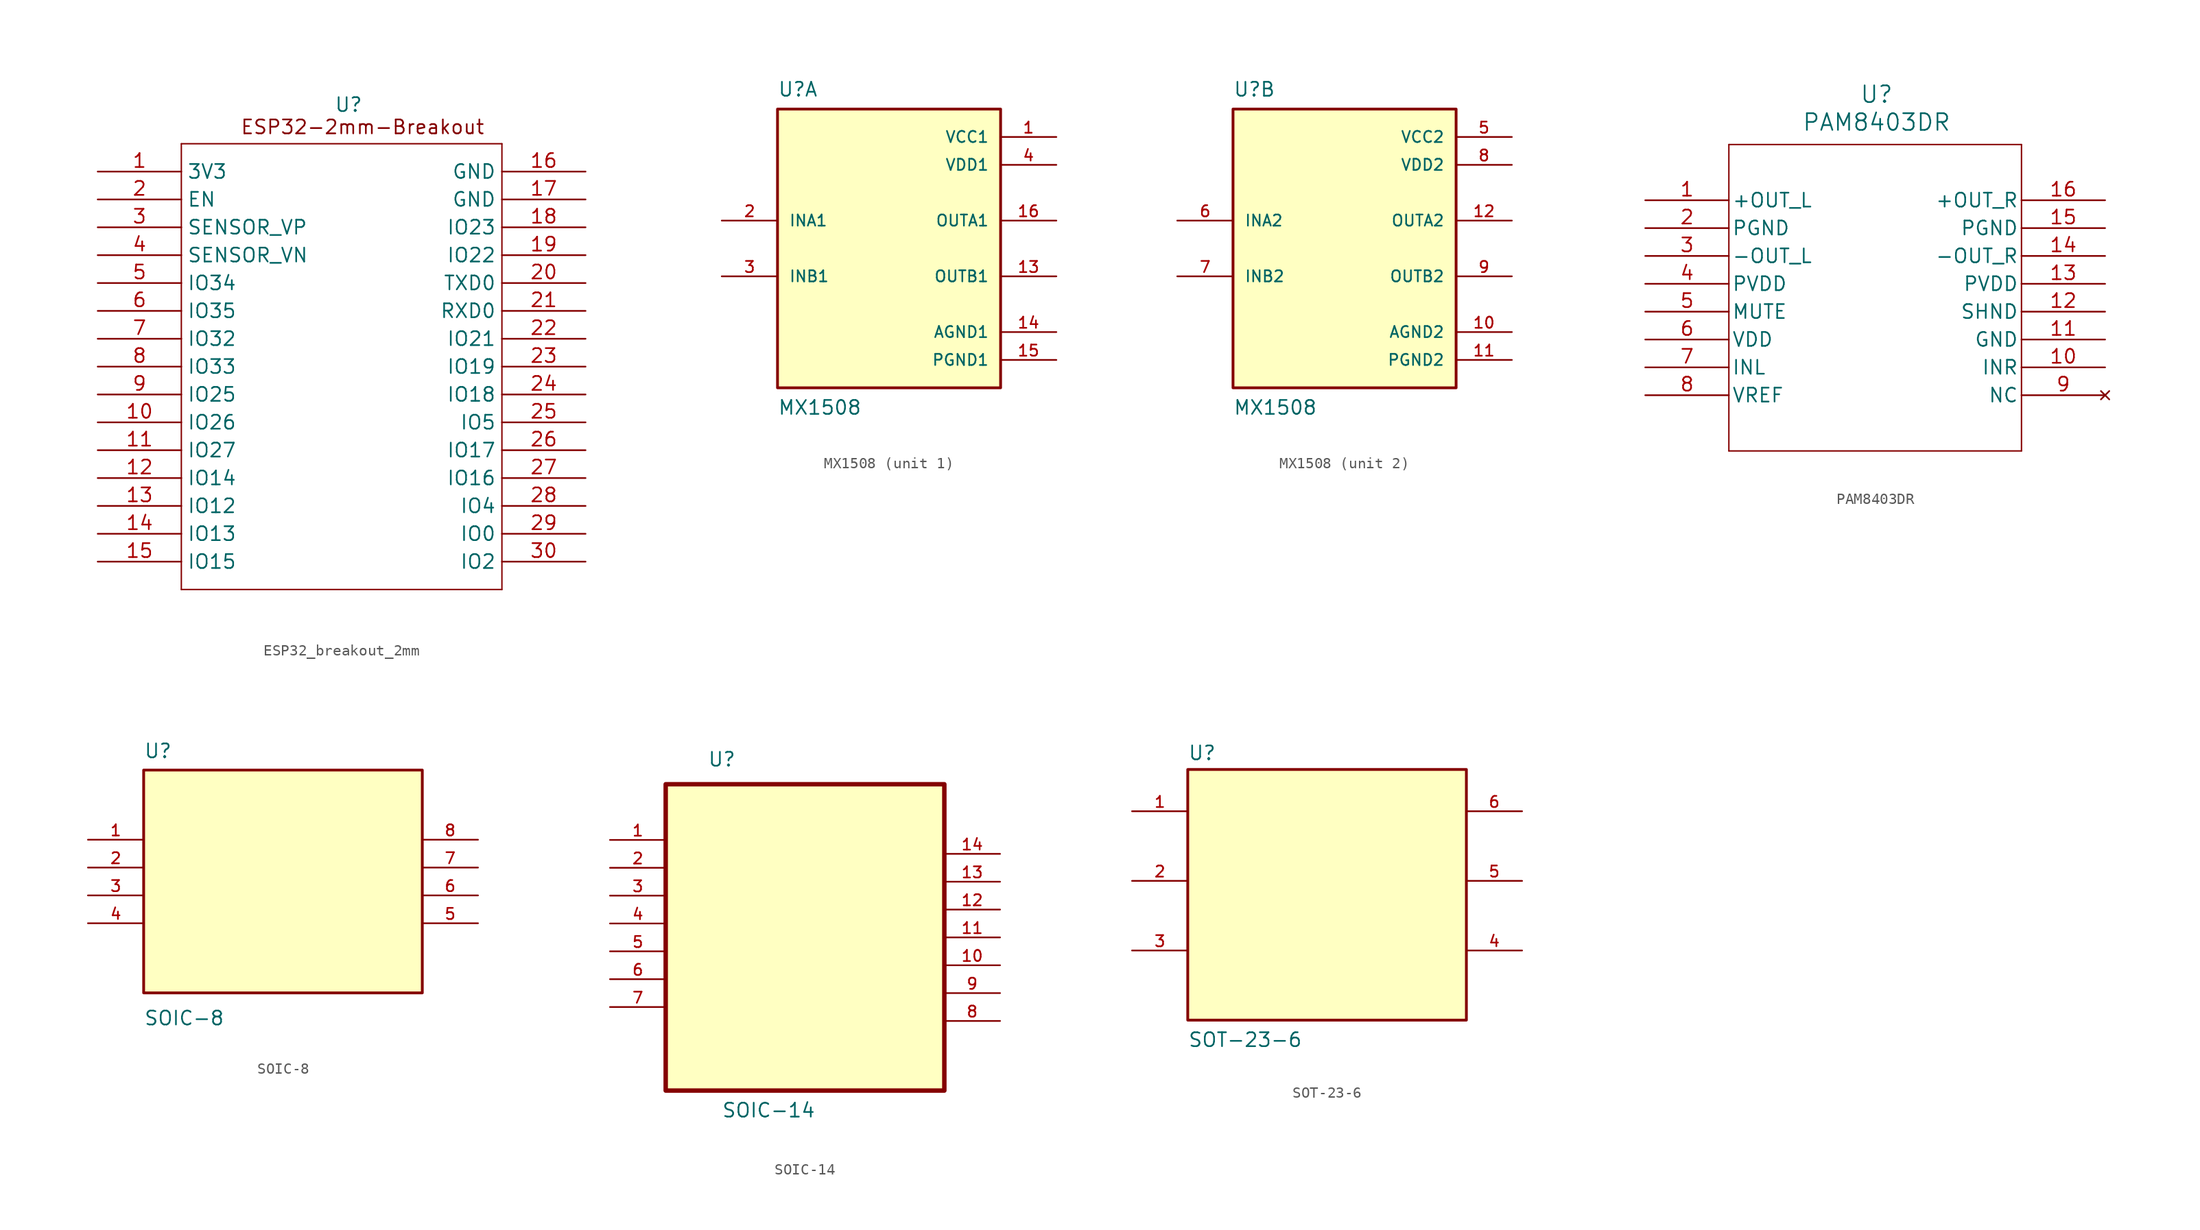
<source format=kicad_sym>
(kicad_symbol_lib
  (version 20231120)
  (generator "kicad_symbol_editor")
  (generator_version "8.0")
  (symbol "ESP32_breakout_2mm"
    (property "Reference" "U"
      (at 0 2.286 0)
      (effects (font (size 1.27 1.27))))
    (property "Value" ""
      (at 0 0 0)
      (effects (font (size 1.27 1.27))))
    (symbol "ESP32_breakout_2mm_0_1"
      (polyline (pts (xy -15.24 -41.91) (xy 13.97 -41.91)) (stroke (width 0.127) (type default)) (fill (type none)))
      (polyline (pts (xy -15.24 -1.27) (xy -15.24 -41.91)) (stroke (width 0.127) (type default)) (fill (type none)))
      (polyline (pts (xy 13.97 -41.91) (xy 13.97 -1.27)) (stroke (width 0.127) (type default)) (fill (type none)))
      (polyline (pts (xy 13.97 -1.27) (xy -15.24 -1.27)) (stroke (width 0.127) (type default)) (fill (type none)))
      (pin bidirectional line (at 21.59 -31.75 180) (length 7.62) (name "IO16" (effects (font (size 1.27 1.27)))) (number "27" (effects (font (size 1.27 1.27))))))
    (symbol "ESP32_breakout_2mm_1_1"
      (text "ESP32-2mm-Breakout\n" (at 1.27 0.254 0) (effects (font (size 1.27 1.27))))
      (pin power_in line (at -22.86 -3.81 0) (length 7.62) (name "3V3" (effects (font (size 1.27 1.27)))) (number "1" (effects (font (size 1.27 1.27)))))
      (pin bidirectional line (at -22.86 -26.67 0) (length 7.62) (name "IO26" (effects (font (size 1.27 1.27)))) (number "10" (effects (font (size 1.27 1.27)))))
      (pin bidirectional line (at -22.86 -29.21 0) (length 7.62) (name "IO27" (effects (font (size 1.27 1.27)))) (number "11" (effects (font (size 1.27 1.27)))))
      (pin bidirectional line (at -22.86 -31.75 0) (length 7.62) (name "IO14" (effects (font (size 1.27 1.27)))) (number "12" (effects (font (size 1.27 1.27)))))
      (pin bidirectional line (at -22.86 -34.29 0) (length 7.62) (name "IO12" (effects (font (size 1.27 1.27)))) (number "13" (effects (font (size 1.27 1.27)))))
      (pin bidirectional line (at -22.86 -36.83 0) (length 7.62) (name "IO13" (effects (font (size 1.27 1.27)))) (number "14" (effects (font (size 1.27 1.27)))))
      (pin bidirectional line (at -22.86 -39.37 0) (length 7.62) (name "IO15" (effects (font (size 1.27 1.27)))) (number "15" (effects (font (size 1.27 1.27)))))
      (pin power_out line (at 21.59 -3.81 180) (length 7.62) (name "GND" (effects (font (size 1.27 1.27)))) (number "16" (effects (font (size 1.27 1.27)))))
      (pin power_out line (at 21.59 -6.35 180) (length 7.62) (name "GND" (effects (font (size 1.27 1.27)))) (number "17" (effects (font (size 1.27 1.27)))))
      (pin bidirectional line (at 21.59 -8.89 180) (length 7.62) (name "IO23" (effects (font (size 1.27 1.27)))) (number "18" (effects (font (size 1.27 1.27)))))
      (pin bidirectional line (at 21.59 -11.43 180) (length 7.62) (name "IO22" (effects (font (size 1.27 1.27)))) (number "19" (effects (font (size 1.27 1.27)))))
      (pin input line (at -22.86 -6.35 0) (length 7.62) (name "EN" (effects (font (size 1.27 1.27)))) (number "2" (effects (font (size 1.27 1.27)))))
      (pin bidirectional line (at 21.59 -13.97 180) (length 7.62) (name "TXD0" (effects (font (size 1.27 1.27)))) (number "20" (effects (font (size 1.27 1.27)))))
      (pin bidirectional line (at 21.59 -16.51 180) (length 7.62) (name "RXD0" (effects (font (size 1.27 1.27)))) (number "21" (effects (font (size 1.27 1.27)))))
      (pin bidirectional line (at 21.59 -19.05 180) (length 7.62) (name "IO21" (effects (font (size 1.27 1.27)))) (number "22" (effects (font (size 1.27 1.27)))))
      (pin bidirectional line (at 21.59 -21.59 180) (length 7.62) (name "IO19" (effects (font (size 1.27 1.27)))) (number "23" (effects (font (size 1.27 1.27)))))
      (pin bidirectional line (at 21.59 -24.13 180) (length 7.62) (name "IO18" (effects (font (size 1.27 1.27)))) (number "24" (effects (font (size 1.27 1.27)))))
      (pin bidirectional line (at 21.59 -26.67 180) (length 7.62) (name "IO5" (effects (font (size 1.27 1.27)))) (number "25" (effects (font (size 1.27 1.27)))))
      (pin bidirectional line (at 21.59 -29.21 180) (length 7.62) (name "IO17" (effects (font (size 1.27 1.27)))) (number "26" (effects (font (size 1.27 1.27)))))
      (pin bidirectional line (at 21.59 -34.29 180) (length 7.62) (name "IO4" (effects (font (size 1.27 1.27)))) (number "28" (effects (font (size 1.27 1.27)))))
      (pin bidirectional line (at 21.59 -36.83 180) (length 7.62) (name "IO0" (effects (font (size 1.27 1.27)))) (number "29" (effects (font (size 1.27 1.27)))))
      (pin input line (at -22.86 -8.89 0) (length 7.62) (name "SENSOR_VP" (effects (font (size 1.27 1.27)))) (number "3" (effects (font (size 1.27 1.27)))))
      (pin bidirectional line (at 21.59 -39.37 180) (length 7.62) (name "IO2" (effects (font (size 1.27 1.27)))) (number "30" (effects (font (size 1.27 1.27)))))
      (pin input line (at -22.86 -11.43 0) (length 7.62) (name "SENSOR_VN" (effects (font (size 1.27 1.27)))) (number "4" (effects (font (size 1.27 1.27)))))
      (pin input line (at -22.86 -13.97 0) (length 7.62) (name "IO34" (effects (font (size 1.27 1.27)))) (number "5" (effects (font (size 1.27 1.27)))))
      (pin input line (at -22.86 -16.51 0) (length 7.62) (name "IO35" (effects (font (size 1.27 1.27)))) (number "6" (effects (font (size 1.27 1.27)))))
      (pin bidirectional line (at -22.86 -19.05 0) (length 7.62) (name "IO32" (effects (font (size 1.27 1.27)))) (number "7" (effects (font (size 1.27 1.27)))))
      (pin bidirectional line (at -22.86 -21.59 0) (length 7.62) (name "IO33" (effects (font (size 1.27 1.27)))) (number "8" (effects (font (size 1.27 1.27)))))
      (pin bidirectional line (at -22.86 -24.13 0) (length 7.62) (name "IO25" (effects (font (size 1.27 1.27)))) (number "9" (effects (font (size 1.27 1.27)))))))
  (symbol "MX1508"
    (pin_names
      (offset 1.016))
    (property "Reference" "U"
      (at -10.16 15.24 0)
      (effects (font (size 1.27 1.27)) (justify left top)))
    (property "Value" "MX1508"
      (at -10.16 -15.24 0)
      (effects (font (size 1.27 1.27)) (justify left bottom)))
    (symbol "MX1508_1_0"
      (rectangle (start -10.16 -12.7) (end 10.16 12.7) (stroke (width 0.254) (type default)) (fill (type background)))
      (pin power_in line (at 15.24 10.16 180) (length 5.08) (name "VCC1" (effects (font (size 1.016 1.016)))) (number "1" (effects (font (size 1.016 1.016)))))
      (pin output line (at 15.24 -2.54 180) (length 5.08) (name "OUTB1" (effects (font (size 1.016 1.016)))) (number "13" (effects (font (size 1.016 1.016)))))
      (pin power_in line (at 15.24 -7.62 180) (length 5.08) (name "AGND1" (effects (font (size 1.016 1.016)))) (number "14" (effects (font (size 1.016 1.016)))))
      (pin power_in line (at 15.24 -10.16 180) (length 5.08) (name "PGND1" (effects (font (size 1.016 1.016)))) (number "15" (effects (font (size 1.016 1.016)))))
      (pin output line (at 15.24 2.54 180) (length 5.08) (name "OUTA1" (effects (font (size 1.016 1.016)))) (number "16" (effects (font (size 1.016 1.016)))))
      (pin input line (at -15.24 2.54 0) (length 5.08) (name "INA1" (effects (font (size 1.016 1.016)))) (number "2" (effects (font (size 1.016 1.016)))))
      (pin input line (at -15.24 -2.54 0) (length 5.08) (name "INB1" (effects (font (size 1.016 1.016)))) (number "3" (effects (font (size 1.016 1.016)))))
      (pin power_in line (at 15.24 7.62 180) (length 5.08) (name "VDD1" (effects (font (size 1.016 1.016)))) (number "4" (effects (font (size 1.016 1.016))))))
    (symbol "MX1508_2_0"
      (rectangle (start -10.16 -12.7) (end 10.16 12.7) (stroke (width 0.254) (type default)) (fill (type background)))
      (pin power_in line (at 15.24 -7.62 180) (length 5.08) (name "AGND2" (effects (font (size 1.016 1.016)))) (number "10" (effects (font (size 1.016 1.016)))))
      (pin power_in line (at 15.24 -10.16 180) (length 5.08) (name "PGND2" (effects (font (size 1.016 1.016)))) (number "11" (effects (font (size 1.016 1.016)))))
      (pin output line (at 15.24 2.54 180) (length 5.08) (name "OUTA2" (effects (font (size 1.016 1.016)))) (number "12" (effects (font (size 1.016 1.016)))))
      (pin power_in line (at 15.24 10.16 180) (length 5.08) (name "VCC2" (effects (font (size 1.016 1.016)))) (number "5" (effects (font (size 1.016 1.016)))))
      (pin input line (at -15.24 2.54 0) (length 5.08) (name "INA2" (effects (font (size 1.016 1.016)))) (number "6" (effects (font (size 1.016 1.016)))))
      (pin input line (at -15.24 -2.54 0) (length 5.08) (name "INB2" (effects (font (size 1.016 1.016)))) (number "7" (effects (font (size 1.016 1.016)))))
      (pin power_in line (at 15.24 7.62 180) (length 5.08) (name "VDD2" (effects (font (size 1.016 1.016)))) (number "8" (effects (font (size 1.016 1.016)))))
      (pin output line (at 15.24 -2.54 180) (length 5.08) (name "OUTB2" (effects (font (size 1.016 1.016)))) (number "9" (effects (font (size 1.016 1.016)))))))
  (symbol "PAM8403DR"
    (pin_names
      (offset 0.254))
    (property "Reference" "U"
      (at 21.082 9.652 0)
      (effects (font (size 1.524 1.524))))
    (property "Value" "PAM8403DR"
      (at 21.082 7.112 0)
      (effects (font (size 1.524 1.524))))
    (property "ki_locked" ""
      (at 0 0 0)
      (effects (font (size 1.27 1.27))))
    (symbol "PAM8403DR_0_1"
      (polyline (pts (xy 7.62 -22.86) (xy 34.29 -22.86)) (stroke (width 0.127) (type default)) (fill (type none)))
      (polyline (pts (xy 7.62 5.08) (xy 7.62 -22.86)) (stroke (width 0.127) (type default)) (fill (type none)))
      (polyline (pts (xy 34.29 -22.86) (xy 34.29 5.08)) (stroke (width 0.127) (type default)) (fill (type none)))
      (polyline (pts (xy 34.29 5.08) (xy 7.62 5.08)) (stroke (width 0.127) (type default)) (fill (type none)))
      (pin output line (at 0 0 0) (length 7.62) (name "+OUT_L" (effects (font (size 1.27 1.27)))) (number "1" (effects (font (size 1.27 1.27)))))
      (pin unspecified line (at 41.91 -15.24 180) (length 7.62) (name "INR" (effects (font (size 1.27 1.27)))) (number "10" (effects (font (size 1.27 1.27)))))
      (pin power_out line (at 41.91 -12.7 180) (length 7.62) (name "GND" (effects (font (size 1.27 1.27)))) (number "11" (effects (font (size 1.27 1.27)))))
      (pin unspecified line (at 41.91 -10.16 180) (length 7.62) (name "SHND" (effects (font (size 1.27 1.27)))) (number "12" (effects (font (size 1.27 1.27)))))
      (pin power_in line (at 41.91 -7.62 180) (length 7.62) (name "PVDD" (effects (font (size 1.27 1.27)))) (number "13" (effects (font (size 1.27 1.27)))))
      (pin output line (at 41.91 -5.08 180) (length 7.62) (name "-OUT_R" (effects (font (size 1.27 1.27)))) (number "14" (effects (font (size 1.27 1.27)))))
      (pin power_out line (at 41.91 -2.54 180) (length 7.62) (name "PGND" (effects (font (size 1.27 1.27)))) (number "15" (effects (font (size 1.27 1.27)))))
      (pin output line (at 41.91 0 180) (length 7.62) (name "+OUT_R" (effects (font (size 1.27 1.27)))) (number "16" (effects (font (size 1.27 1.27)))))
      (pin power_out line (at 0 -2.54 0) (length 7.62) (name "PGND" (effects (font (size 1.27 1.27)))) (number "2" (effects (font (size 1.27 1.27)))))
      (pin output line (at 0 -5.08 0) (length 7.62) (name "-OUT_L" (effects (font (size 1.27 1.27)))) (number "3" (effects (font (size 1.27 1.27)))))
      (pin power_in line (at 0 -7.62 0) (length 7.62) (name "PVDD" (effects (font (size 1.27 1.27)))) (number "4" (effects (font (size 1.27 1.27)))))
      (pin unspecified line (at 0 -10.16 0) (length 7.62) (name "MUTE" (effects (font (size 1.27 1.27)))) (number "5" (effects (font (size 1.27 1.27)))))
      (pin power_in line (at 0 -12.7 0) (length 7.62) (name "VDD" (effects (font (size 1.27 1.27)))) (number "6" (effects (font (size 1.27 1.27)))))
      (pin unspecified line (at 0 -15.24 0) (length 7.62) (name "INL" (effects (font (size 1.27 1.27)))) (number "7" (effects (font (size 1.27 1.27)))))
      (pin power_in line (at 0 -17.78 0) (length 7.62) (name "VREF" (effects (font (size 1.27 1.27)))) (number "8" (effects (font (size 1.27 1.27)))))
      (pin no_connect line (at 41.91 -17.78 180) (length 7.62) (name "NC" (effects (font (size 1.27 1.27)))) (number "9" (effects (font (size 1.27 1.27)))))))
  (symbol "SOIC-8"
    (pin_names
      (offset 1.016))
    (property "Reference" "U"
      (at -12.7 11.16 0)
      (effects (font (size 1.27 1.27)) (justify left bottom)))
    (property "Value" "SOIC-8"
      (at -12.7 -13.208 0)
      (effects (font (size 1.27 1.27)) (justify left bottom)))
    (symbol "SOIC-8_0_0"
      (rectangle (start -12.7 -10.16) (end 12.7 10.16) (stroke (width 0.254) (type default)) (fill (type background))))
    (symbol "SOIC-8_1_0"
      (pin unspecified line (at -17.78 3.81 0) (length 5.08) (name "" (effects (font (size 1.016 1.016)))) (number "1" (effects (font (size 1.016 1.016)))))
      (pin unspecified line (at -17.78 1.27 0) (length 5.08) (name "" (effects (font (size 1.016 1.016)))) (number "2" (effects (font (size 1.016 1.016)))))
      (pin unspecified line (at -17.78 -1.27 0) (length 5.08) (name "" (effects (font (size 1.016 1.016)))) (number "3" (effects (font (size 1.016 1.016)))))
      (pin unspecified line (at -17.78 -3.81 0) (length 5.08) (name "" (effects (font (size 1.016 1.016)))) (number "4" (effects (font (size 1.016 1.016)))))
      (pin unspecified line (at 17.78 -3.81 180) (length 5.08) (name "" (effects (font (size 1.016 1.016)))) (number "5" (effects (font (size 1.016 1.016)))))
      (pin unspecified line (at 17.78 -1.27 180) (length 5.08) (name "" (effects (font (size 1.016 1.016)))) (number "6" (effects (font (size 1.016 1.016)))))
      (pin unspecified line (at 17.78 1.27 180) (length 5.08) (name "" (effects (font (size 1.016 1.016)))) (number "7" (effects (font (size 1.016 1.016)))))
      (pin unspecified line (at 17.78 3.81 180) (length 5.08) (name "" (effects (font (size 1.016 1.016)))) (number "8" (effects (font (size 1.016 1.016)))))))
  (symbol "SOIC-14"
    (pin_names
      (offset 1.016))
    (property "Reference" "U"
      (at -8.89 11.684 0)
      (do_not_autoplace)
      (effects (font (size 1.27 1.27)) (justify left bottom)))
    (property "Value" "SOIC-14"
      (at -7.62 -20.32 0)
      (effects (font (size 1.27 1.27)) (justify left bottom)))
    (symbol "SOIC-14_0_0"
      (rectangle (start -12.7 10.16) (end 12.7 -17.78) (stroke (width 0.406) (type default)) (fill (type background))))
    (symbol "SOIC-14_1_0"
      (pin unspecified line (at -17.78 5.08 0) (length 5.08) (name "" (effects (font (size 1.016 1.016)))) (number "1" (effects (font (size 1.016 1.016)))))
      (pin unspecified line (at 17.78 -6.35 180) (length 5.08) (name "" (effects (font (size 1.016 1.016)))) (number "10" (effects (font (size 1.016 1.016)))))
      (pin unspecified line (at 17.78 -3.81 180) (length 5.08) (name "" (effects (font (size 1.016 1.016)))) (number "11" (effects (font (size 1.016 1.016)))))
      (pin power_in line (at 17.78 -1.27 180) (length 5.08) (name "" (effects (font (size 1.016 1.016)))) (number "12" (effects (font (size 1.016 1.016)))))
      (pin unspecified line (at 17.78 1.27 180) (length 5.08) (name "" (effects (font (size 1.016 1.016)))) (number "13" (effects (font (size 1.016 1.016)))))
      (pin unspecified line (at 17.78 3.81 180) (length 5.08) (name "" (effects (font (size 1.016 1.016)))) (number "14" (effects (font (size 1.016 1.016)))))
      (pin unspecified line (at -17.78 2.54 0) (length 5.08) (name "" (effects (font (size 1.016 1.016)))) (number "2" (effects (font (size 1.016 1.016)))))
      (pin unspecified line (at -17.78 0 0) (length 5.08) (name "" (effects (font (size 1.016 1.016)))) (number "3" (effects (font (size 1.016 1.016)))))
      (pin unspecified line (at -17.78 -2.54 0) (length 5.08) (name "" (effects (font (size 1.016 1.016)))) (number "4" (effects (font (size 1.016 1.016)))))
      (pin unspecified line (at -17.78 -5.08 0) (length 5.08) (name "" (effects (font (size 1.016 1.016)))) (number "5" (effects (font (size 1.016 1.016)))))
      (pin unspecified line (at -17.78 -7.62 0) (length 5.08) (name "" (effects (font (size 1.016 1.016)))) (number "6" (effects (font (size 1.016 1.016)))))
      (pin unspecified line (at -17.78 -10.16 0) (length 5.08) (name "" (effects (font (size 1.016 1.016)))) (number "7" (effects (font (size 1.016 1.016)))))
      (pin unspecified line (at 17.78 -11.43 180) (length 5.08) (name "" (effects (font (size 1.016 1.016)))) (number "8" (effects (font (size 1.016 1.016)))))
      (pin unspecified line (at 17.78 -8.89 180) (length 5.08) (name "" (effects (font (size 1.016 1.016)))) (number "9" (effects (font (size 1.016 1.016)))))))
  (symbol "SOT-23-6"
    (pin_names
      (offset 1.016))
    (property "Reference" "U"
      (at -12.7 10.922 0)
      (effects (font (size 1.27 1.27)) (justify left bottom)))
    (property "Value" "SOT-23-6"
      (at -12.7 -15.24 0)
      (effects (font (size 1.27 1.27)) (justify left bottom)))
    (symbol "SOT-23-6_0_0"
      (rectangle (start -12.7 -12.7) (end 12.7 10.16) (stroke (width 0.254) (type default)) (fill (type background))))
    (symbol "SOT-23-6_1_0"
      (pin unspecified line (at -17.78 6.35 0) (length 5.08) (name "" (effects (font (size 1.016 1.016)))) (number "1" (effects (font (size 1.016 1.016)))))
      (pin unspecified line (at -17.78 0 0) (length 5.08) (name "" (effects (font (size 1.016 1.016)))) (number "2" (effects (font (size 1.016 1.016)))))
      (pin unspecified line (at -17.78 -6.35 0) (length 5.08) (name "" (effects (font (size 1.016 1.016)))) (number "3" (effects (font (size 1.016 1.016)))))
      (pin unspecified line (at 17.78 -6.35 180) (length 5.08) (name "" (effects (font (size 1.016 1.016)))) (number "4" (effects (font (size 1.016 1.016)))))
      (pin unspecified line (at 17.78 0 180) (length 5.08) (name "" (effects (font (size 1.016 1.016)))) (number "5" (effects (font (size 1.016 1.016)))))
      (pin unspecified line (at 17.78 6.35 180) (length 5.08) (name "" (effects (font (size 1.016 1.016)))) (number "6" (effects (font (size 1.016 1.016))))))))
</source>
